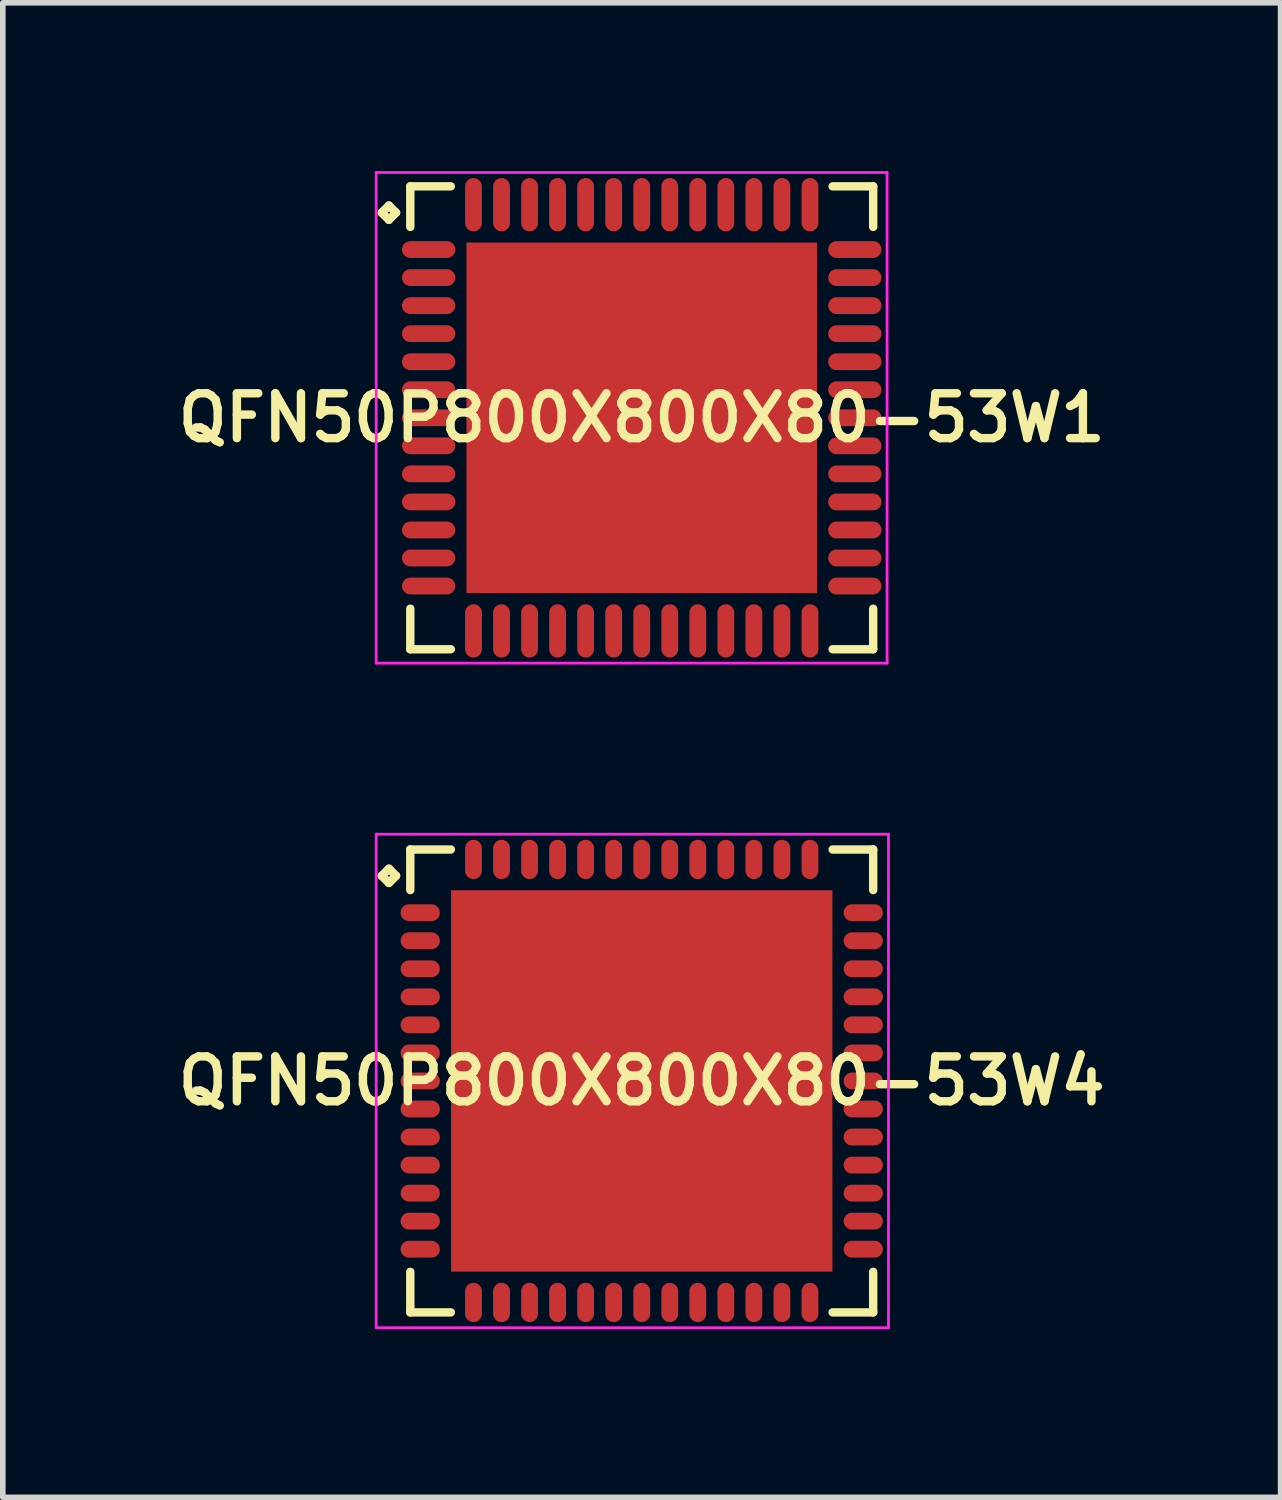
<source format=kicad_pcb>
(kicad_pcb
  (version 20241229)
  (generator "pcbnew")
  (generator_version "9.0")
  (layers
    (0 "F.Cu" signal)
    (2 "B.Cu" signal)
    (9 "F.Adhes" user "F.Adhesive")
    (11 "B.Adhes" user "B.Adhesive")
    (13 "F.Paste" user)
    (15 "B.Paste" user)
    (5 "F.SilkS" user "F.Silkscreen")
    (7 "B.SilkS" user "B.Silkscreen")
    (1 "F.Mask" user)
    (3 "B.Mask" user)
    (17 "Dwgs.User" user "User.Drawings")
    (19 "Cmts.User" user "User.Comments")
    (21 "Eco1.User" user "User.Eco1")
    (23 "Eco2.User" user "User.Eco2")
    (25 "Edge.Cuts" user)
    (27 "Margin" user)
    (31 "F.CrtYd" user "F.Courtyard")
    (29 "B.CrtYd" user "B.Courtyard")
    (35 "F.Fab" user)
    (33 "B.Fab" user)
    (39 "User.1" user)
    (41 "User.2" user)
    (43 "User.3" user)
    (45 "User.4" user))
  (footprint "QFN50P800X800X80-53W4"
    (layer "F.Cu")
    (at 8.393 16.225)
    (property "Reference" "QFN50P800X800X80-53W4" (at 0 0 0) (layer "F.SilkS") (effects (font (size 0.8 0.8) (thickness 0.15))))
    (attr smd)
    (fp_line (start -4.635 -3.658) (end -4.508 -3.785) (stroke (width 0.15) (type solid)) (layer "F.SilkS"))
    (fp_line (start -4.508 -3.785) (end -4.381 -3.658) (stroke (width 0.15) (type solid)) (layer "F.SilkS"))
    (fp_line (start -4.508 -3.531) (end -4.635 -3.658) (stroke (width 0.15) (type solid)) (layer "F.SilkS"))
    (fp_line (start -4.381 -3.658) (end -4.508 -3.531) (stroke (width 0.15) (type solid)) (layer "F.SilkS"))
    (fp_line (start -4.127 -4.127) (end -3.404 -4.127) (stroke (width 0.15) (type solid)) (layer "F.SilkS"))
    (fp_line (start -4.127 -3.404) (end -4.127 -4.127) (stroke (width 0.15) (type solid)) (layer "F.SilkS"))
    (fp_line (start -4.127 3.404) (end -4.127 4.127) (stroke (width 0.15) (type solid)) (layer "F.SilkS"))
    (fp_line (start -4.127 4.127) (end -3.404 4.127) (stroke (width 0.15) (type solid)) (layer "F.SilkS"))
    (fp_line (start 3.404 -4.127) (end 4.127 -4.127) (stroke (width 0.15) (type solid)) (layer "F.SilkS"))
    (fp_line (start 3.404 4.127) (end 4.127 4.127) (stroke (width 0.15) (type solid)) (layer "F.SilkS"))
    (fp_line (start 4.127 -4.127) (end 4.127 -3.404) (stroke (width 0.15) (type solid)) (layer "F.SilkS"))
    (fp_line (start 4.127 4.127) (end 4.127 3.404) (stroke (width 0.15) (type solid)) (layer "F.SilkS"))
    (fp_line (start -4.735 -4.4) (end 4.4 -4.4) (stroke (width 0.05) (type solid)) (layer "F.CrtYd"))
    (fp_line (start -4.735 4.4) (end -4.735 -4.4) (stroke (width 0.05) (type solid)) (layer "F.CrtYd"))
    (fp_line (start 4.4 -4.4) (end 4.4 4.4) (stroke (width 0.05) (type solid)) (layer "F.CrtYd"))
    (fp_line (start 4.4 4.4) (end -4.735 4.4) (stroke (width 0.05) (type solid)) (layer "F.CrtYd"))
    (pad "1" smd oval (at -3.95 -3) (size 0.7 0.3) (layers "F.Cu" "F.Mask" "F.Paste"))
    (pad "2" smd oval (at -3.95 -2.5) (size 0.7 0.3) (layers "F.Cu" "F.Mask" "F.Paste"))
    (pad "3" smd oval (at -3.95 -2) (size 0.7 0.3) (layers "F.Cu" "F.Mask" "F.Paste"))
    (pad "4" smd oval (at -3.95 -1.5) (size 0.7 0.3) (layers "F.Cu" "F.Mask" "F.Paste"))
    (pad "5" smd oval (at -3.95 -1) (size 0.7 0.3) (layers "F.Cu" "F.Mask" "F.Paste"))
    (pad "6" smd oval (at -3.95 -0.5) (size 0.7 0.3) (layers "F.Cu" "F.Mask" "F.Paste"))
    (pad "7" smd oval (at -3.95 0) (size 0.7 0.3) (layers "F.Cu" "F.Mask" "F.Paste"))
    (pad "8" smd oval (at -3.95 0.5) (size 0.7 0.3) (layers "F.Cu" "F.Mask" "F.Paste"))
    (pad "9" smd oval (at -3.95 1) (size 0.7 0.3) (layers "F.Cu" "F.Mask" "F.Paste"))
    (pad "10" smd oval (at -3.95 1.5) (size 0.7 0.3) (layers "F.Cu" "F.Mask" "F.Paste"))
    (pad "11" smd oval (at -3.95 2) (size 0.7 0.3) (layers "F.Cu" "F.Mask" "F.Paste"))
    (pad "12" smd oval (at -3.95 2.5) (size 0.7 0.3) (layers "F.Cu" "F.Mask" "F.Paste"))
    (pad "13" smd oval (at -3.95 3) (size 0.7 0.3) (layers "F.Cu" "F.Mask" "F.Paste"))
    (pad "14" smd oval (at -3 3.95) (size 0.3 0.7) (layers "F.Cu" "F.Mask" "F.Paste"))
    (pad "15" smd oval (at -2.5 3.95) (size 0.3 0.7) (layers "F.Cu" "F.Mask" "F.Paste"))
    (pad "16" smd oval (at -2 3.95) (size 0.3 0.7) (layers "F.Cu" "F.Mask" "F.Paste"))
    (pad "17" smd oval (at -1.5 3.95) (size 0.3 0.7) (layers "F.Cu" "F.Mask" "F.Paste"))
    (pad "18" smd oval (at -1 3.95) (size 0.3 0.7) (layers "F.Cu" "F.Mask" "F.Paste"))
    (pad "19" smd oval (at -0.5 3.95) (size 0.3 0.7) (layers "F.Cu" "F.Mask" "F.Paste"))
    (pad "20" smd oval (at 0 3.95) (size 0.3 0.7) (layers "F.Cu" "F.Mask" "F.Paste"))
    (pad "21" smd oval (at 0.5 3.95) (size 0.3 0.7) (layers "F.Cu" "F.Mask" "F.Paste"))
    (pad "22" smd oval (at 1 3.95) (size 0.3 0.7) (layers "F.Cu" "F.Mask" "F.Paste"))
    (pad "23" smd oval (at 1.5 3.95) (size 0.3 0.7) (layers "F.Cu" "F.Mask" "F.Paste"))
    (pad "24" smd oval (at 2 3.95) (size 0.3 0.7) (layers "F.Cu" "F.Mask" "F.Paste"))
    (pad "25" smd oval (at 2.5 3.95) (size 0.3 0.7) (layers "F.Cu" "F.Mask" "F.Paste"))
    (pad "26" smd oval (at 3 3.95) (size 0.3 0.7) (layers "F.Cu" "F.Mask" "F.Paste"))
    (pad "27" smd oval (at 3.95 3) (size 0.7 0.3) (layers "F.Cu" "F.Mask" "F.Paste"))
    (pad "28" smd oval (at 3.95 2.5) (size 0.7 0.3) (layers "F.Cu" "F.Mask" "F.Paste"))
    (pad "29" smd oval (at 3.95 2) (size 0.7 0.3) (layers "F.Cu" "F.Mask" "F.Paste"))
    (pad "30" smd oval (at 3.95 1.5) (size 0.7 0.3) (layers "F.Cu" "F.Mask" "F.Paste"))
    (pad "31" smd oval (at 3.95 1) (size 0.7 0.3) (layers "F.Cu" "F.Mask" "F.Paste"))
    (pad "32" smd oval (at 3.95 0.5) (size 0.7 0.3) (layers "F.Cu" "F.Mask" "F.Paste"))
    (pad "33" smd oval (at 3.95 0) (size 0.7 0.3) (layers "F.Cu" "F.Mask" "F.Paste"))
    (pad "34" smd oval (at 3.95 -0.5) (size 0.7 0.3) (layers "F.Cu" "F.Mask" "F.Paste"))
    (pad "35" smd oval (at 3.95 -1) (size 0.7 0.3) (layers "F.Cu" "F.Mask" "F.Paste"))
    (pad "36" smd oval (at 3.95 -1.5) (size 0.7 0.3) (layers "F.Cu" "F.Mask" "F.Paste"))
    (pad "37" smd oval (at 3.95 -2) (size 0.7 0.3) (layers "F.Cu" "F.Mask" "F.Paste"))
    (pad "38" smd oval (at 3.95 -2.5) (size 0.7 0.3) (layers "F.Cu" "F.Mask" "F.Paste"))
    (pad "39" smd oval (at 3.95 -3) (size 0.7 0.3) (layers "F.Cu" "F.Mask" "F.Paste"))
    (pad "40" smd oval (at 3 -3.95) (size 0.3 0.7) (layers "F.Cu" "F.Mask" "F.Paste"))
    (pad "41" smd oval (at 2.5 -3.95) (size 0.3 0.7) (layers "F.Cu" "F.Mask" "F.Paste"))
    (pad "42" smd oval (at 2 -3.95) (size 0.3 0.7) (layers "F.Cu" "F.Mask" "F.Paste"))
    (pad "43" smd oval (at 1.5 -3.95) (size 0.3 0.7) (layers "F.Cu" "F.Mask" "F.Paste"))
    (pad "44" smd oval (at 1 -3.95) (size 0.3 0.7) (layers "F.Cu" "F.Mask" "F.Paste"))
    (pad "45" smd oval (at 0.5 -3.95) (size 0.3 0.7) (layers "F.Cu" "F.Mask" "F.Paste"))
    (pad "46" smd oval (at 0 -3.95) (size 0.3 0.7) (layers "F.Cu" "F.Mask" "F.Paste"))
    (pad "47" smd oval (at -0.5 -3.95) (size 0.3 0.7) (layers "F.Cu" "F.Mask" "F.Paste"))
    (pad "48" smd oval (at -1 -3.95) (size 0.3 0.7) (layers "F.Cu" "F.Mask" "F.Paste"))
    (pad "49" smd oval (at -1.5 -3.95) (size 0.3 0.7) (layers "F.Cu" "F.Mask" "F.Paste"))
    (pad "50" smd oval (at -2 -3.95) (size 0.3 0.7) (layers "F.Cu" "F.Mask" "F.Paste"))
    (pad "51" smd oval (at -2.5 -3.95) (size 0.3 0.7) (layers "F.Cu" "F.Mask" "F.Paste"))
    (pad "52" smd oval (at -3 -3.95) (size 0.3 0.7) (layers "F.Cu" "F.Mask" "F.Paste"))
    (pad "53" smd rect (at 0 0) (size 6.8 6.8) (layers "F.Cu" "F.Mask" "F.Paste")))
  (footprint "QFN50P800X800X80-53W1"
    (layer "F.Cu")
    (at 8.393 4.4)
    (property "Reference" "QFN50P800X800X80-53W1" (at 0 0 0) (layer "F.SilkS") (effects (font (size 0.8 0.8) (thickness 0.15))))
    (attr smd)
    (fp_line (start -4.635 -3.658) (end -4.508 -3.785) (stroke (width 0.15) (type solid)) (layer "F.SilkS"))
    (fp_line (start -4.508 -3.785) (end -4.381 -3.658) (stroke (width 0.15) (type solid)) (layer "F.SilkS"))
    (fp_line (start -4.508 -3.531) (end -4.635 -3.658) (stroke (width 0.15) (type solid)) (layer "F.SilkS"))
    (fp_line (start -4.381 -3.658) (end -4.508 -3.531) (stroke (width 0.15) (type solid)) (layer "F.SilkS"))
    (fp_line (start -4.127 -4.127) (end -3.404 -4.127) (stroke (width 0.15) (type solid)) (layer "F.SilkS"))
    (fp_line (start -4.127 -3.404) (end -4.127 -4.127) (stroke (width 0.15) (type solid)) (layer "F.SilkS"))
    (fp_line (start -4.127 3.404) (end -4.127 4.127) (stroke (width 0.15) (type solid)) (layer "F.SilkS"))
    (fp_line (start -4.127 4.127) (end -3.404 4.127) (stroke (width 0.15) (type solid)) (layer "F.SilkS"))
    (fp_line (start 3.404 -4.127) (end 4.127 -4.127) (stroke (width 0.15) (type solid)) (layer "F.SilkS"))
    (fp_line (start 3.404 4.127) (end 4.127 4.127) (stroke (width 0.15) (type solid)) (layer "F.SilkS"))
    (fp_line (start 4.127 -4.127) (end 4.127 -3.404) (stroke (width 0.15) (type solid)) (layer "F.SilkS"))
    (fp_line (start 4.127 4.127) (end 4.127 3.404) (stroke (width 0.15) (type solid)) (layer "F.SilkS"))
    (fp_line (start -4.735 -4.375) (end 4.375 -4.375) (stroke (width 0.05) (type solid)) (layer "F.CrtYd"))
    (fp_line (start -4.735 4.375) (end -4.735 -4.375) (stroke (width 0.05) (type solid)) (layer "F.CrtYd"))
    (fp_line (start 4.375 -4.375) (end 4.375 4.375) (stroke (width 0.05) (type solid)) (layer "F.CrtYd"))
    (fp_line (start 4.375 4.375) (end -4.735 4.375) (stroke (width 0.05) (type solid)) (layer "F.CrtYd"))
    (pad "1" smd oval (at -3.8 -3) (size 0.95 0.3) (layers "F.Cu" "F.Mask" "F.Paste"))
    (pad "2" smd oval (at -3.8 -2.5) (size 0.95 0.3) (layers "F.Cu" "F.Mask" "F.Paste"))
    (pad "3" smd oval (at -3.8 -2) (size 0.95 0.3) (layers "F.Cu" "F.Mask" "F.Paste"))
    (pad "4" smd oval (at -3.8 -1.5) (size 0.95 0.3) (layers "F.Cu" "F.Mask" "F.Paste"))
    (pad "5" smd oval (at -3.8 -1) (size 0.95 0.3) (layers "F.Cu" "F.Mask" "F.Paste"))
    (pad "6" smd oval (at -3.8 -0.5) (size 0.95 0.3) (layers "F.Cu" "F.Mask" "F.Paste"))
    (pad "7" smd oval (at -3.8 0) (size 0.95 0.3) (layers "F.Cu" "F.Mask" "F.Paste"))
    (pad "8" smd oval (at -3.8 0.5) (size 0.95 0.3) (layers "F.Cu" "F.Mask" "F.Paste"))
    (pad "9" smd oval (at -3.8 1) (size 0.95 0.3) (layers "F.Cu" "F.Mask" "F.Paste"))
    (pad "10" smd oval (at -3.8 1.5) (size 0.95 0.3) (layers "F.Cu" "F.Mask" "F.Paste"))
    (pad "11" smd oval (at -3.8 2) (size 0.95 0.3) (layers "F.Cu" "F.Mask" "F.Paste"))
    (pad "12" smd oval (at -3.8 2.5) (size 0.95 0.3) (layers "F.Cu" "F.Mask" "F.Paste"))
    (pad "13" smd oval (at -3.8 3) (size 0.95 0.3) (layers "F.Cu" "F.Mask" "F.Paste"))
    (pad "14" smd oval (at -3 3.8) (size 0.3 0.95) (layers "F.Cu" "F.Mask" "F.Paste"))
    (pad "15" smd oval (at -2.5 3.8) (size 0.3 0.95) (layers "F.Cu" "F.Mask" "F.Paste"))
    (pad "16" smd oval (at -2 3.8) (size 0.3 0.95) (layers "F.Cu" "F.Mask" "F.Paste"))
    (pad "17" smd oval (at -1.5 3.8) (size 0.3 0.95) (layers "F.Cu" "F.Mask" "F.Paste"))
    (pad "18" smd oval (at -1 3.8) (size 0.3 0.95) (layers "F.Cu" "F.Mask" "F.Paste"))
    (pad "19" smd oval (at -0.5 3.8) (size 0.3 0.95) (layers "F.Cu" "F.Mask" "F.Paste"))
    (pad "20" smd oval (at 0 3.8) (size 0.3 0.95) (layers "F.Cu" "F.Mask" "F.Paste"))
    (pad "21" smd oval (at 0.5 3.8) (size 0.3 0.95) (layers "F.Cu" "F.Mask" "F.Paste"))
    (pad "22" smd oval (at 1 3.8) (size 0.3 0.95) (layers "F.Cu" "F.Mask" "F.Paste"))
    (pad "23" smd oval (at 1.5 3.8) (size 0.3 0.95) (layers "F.Cu" "F.Mask" "F.Paste"))
    (pad "24" smd oval (at 2 3.8) (size 0.3 0.95) (layers "F.Cu" "F.Mask" "F.Paste"))
    (pad "25" smd oval (at 2.5 3.8) (size 0.3 0.95) (layers "F.Cu" "F.Mask" "F.Paste"))
    (pad "26" smd oval (at 3 3.8) (size 0.3 0.95) (layers "F.Cu" "F.Mask" "F.Paste"))
    (pad "27" smd oval (at 3.8 3) (size 0.95 0.3) (layers "F.Cu" "F.Mask" "F.Paste"))
    (pad "28" smd oval (at 3.8 2.5) (size 0.95 0.3) (layers "F.Cu" "F.Mask" "F.Paste"))
    (pad "29" smd oval (at 3.8 2) (size 0.95 0.3) (layers "F.Cu" "F.Mask" "F.Paste"))
    (pad "30" smd oval (at 3.8 1.5) (size 0.95 0.3) (layers "F.Cu" "F.Mask" "F.Paste"))
    (pad "31" smd oval (at 3.8 1) (size 0.95 0.3) (layers "F.Cu" "F.Mask" "F.Paste"))
    (pad "32" smd oval (at 3.8 0.5) (size 0.95 0.3) (layers "F.Cu" "F.Mask" "F.Paste"))
    (pad "33" smd oval (at 3.8 0) (size 0.95 0.3) (layers "F.Cu" "F.Mask" "F.Paste"))
    (pad "34" smd oval (at 3.8 -0.5) (size 0.95 0.3) (layers "F.Cu" "F.Mask" "F.Paste"))
    (pad "35" smd oval (at 3.8 -1) (size 0.95 0.3) (layers "F.Cu" "F.Mask" "F.Paste"))
    (pad "36" smd oval (at 3.8 -1.5) (size 0.95 0.3) (layers "F.Cu" "F.Mask" "F.Paste"))
    (pad "37" smd oval (at 3.8 -2) (size 0.95 0.3) (layers "F.Cu" "F.Mask" "F.Paste"))
    (pad "38" smd oval (at 3.8 -2.5) (size 0.95 0.3) (layers "F.Cu" "F.Mask" "F.Paste"))
    (pad "39" smd oval (at 3.8 -3) (size 0.95 0.3) (layers "F.Cu" "F.Mask" "F.Paste"))
    (pad "40" smd oval (at 3 -3.8) (size 0.3 0.95) (layers "F.Cu" "F.Mask" "F.Paste"))
    (pad "41" smd oval (at 2.5 -3.8) (size 0.3 0.95) (layers "F.Cu" "F.Mask" "F.Paste"))
    (pad "42" smd oval (at 2 -3.8) (size 0.3 0.95) (layers "F.Cu" "F.Mask" "F.Paste"))
    (pad "43" smd oval (at 1.5 -3.8) (size 0.3 0.95) (layers "F.Cu" "F.Mask" "F.Paste"))
    (pad "44" smd oval (at 1 -3.8) (size 0.3 0.95) (layers "F.Cu" "F.Mask" "F.Paste"))
    (pad "45" smd oval (at 0.5 -3.8) (size 0.3 0.95) (layers "F.Cu" "F.Mask" "F.Paste"))
    (pad "46" smd oval (at 0 -3.8) (size 0.3 0.95) (layers "F.Cu" "F.Mask" "F.Paste"))
    (pad "47" smd oval (at -0.5 -3.8) (size 0.3 0.95) (layers "F.Cu" "F.Mask" "F.Paste"))
    (pad "48" smd oval (at -1 -3.8) (size 0.3 0.95) (layers "F.Cu" "F.Mask" "F.Paste"))
    (pad "49" smd oval (at -1.5 -3.8) (size 0.3 0.95) (layers "F.Cu" "F.Mask" "F.Paste"))
    (pad "50" smd oval (at -2 -3.8) (size 0.3 0.95) (layers "F.Cu" "F.Mask" "F.Paste"))
    (pad "51" smd oval (at -2.5 -3.8) (size 0.3 0.95) (layers "F.Cu" "F.Mask" "F.Paste"))
    (pad "52" smd oval (at -3 -3.8) (size 0.3 0.95) (layers "F.Cu" "F.Mask" "F.Paste"))
    (pad "53" smd rect (at 0 0) (size 6.25 6.25) (layers "F.Cu" "F.Mask" "F.Paste")))
  (gr_rect
    (start -3 -3)
    (end 19.785 23.65)
    (stroke (width 0.1) (type default))
    (fill no)
    (layer "Edge.Cuts")))
</source>
